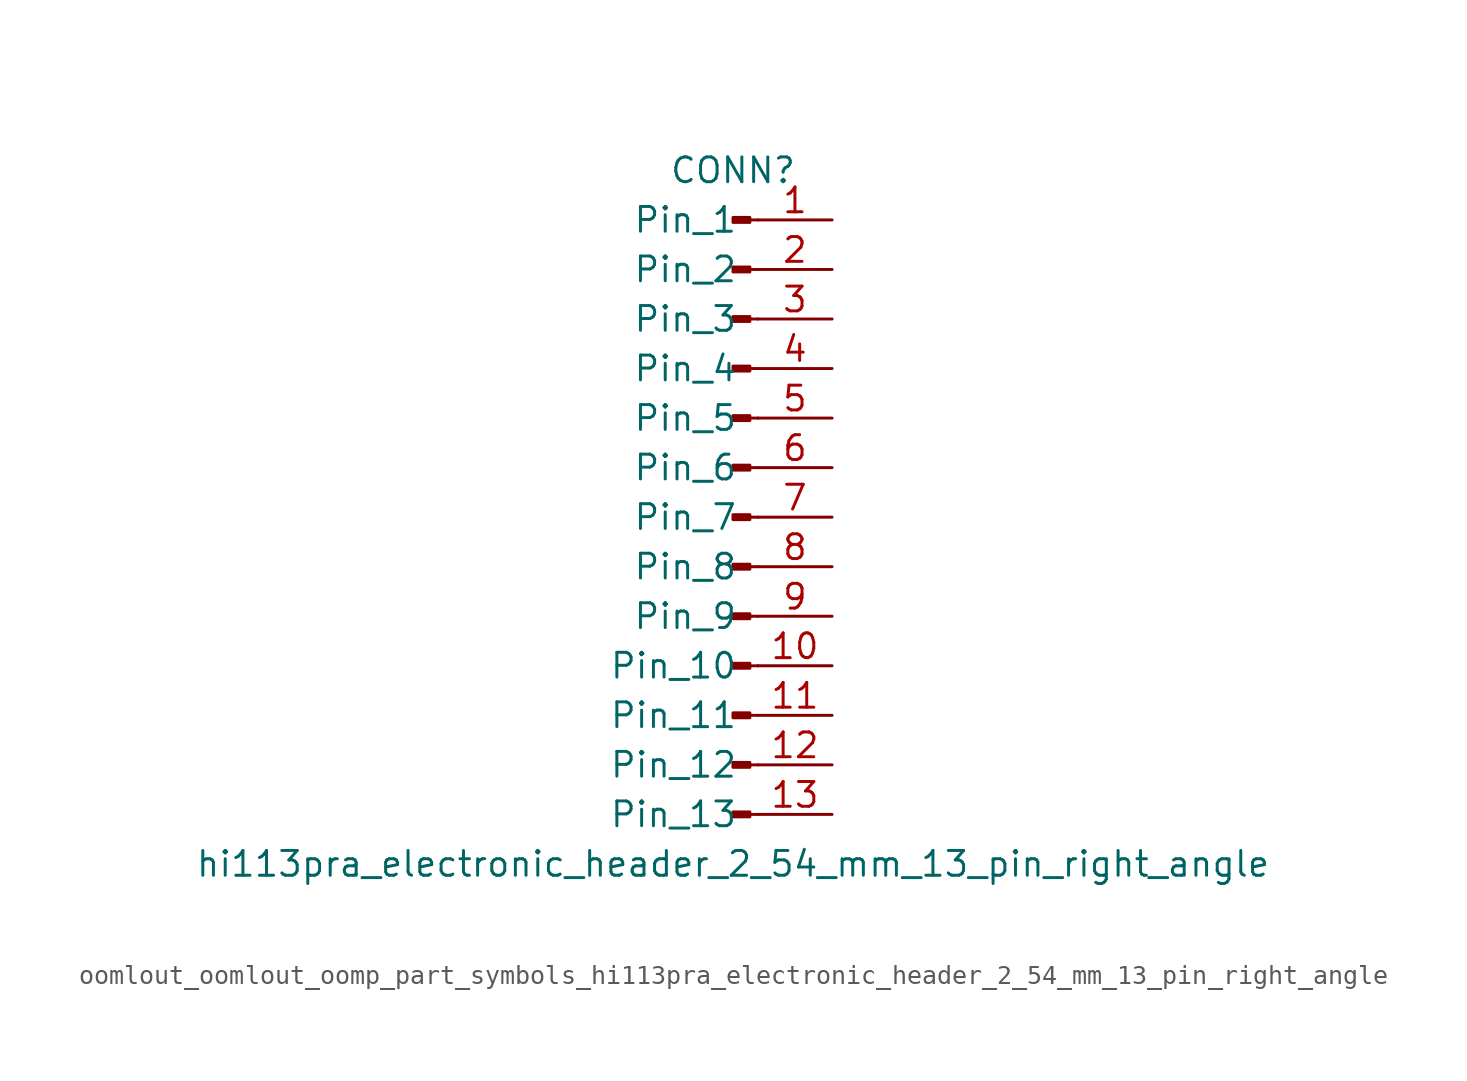
<source format=kicad_sym>
(kicad_symbol_lib
  (version 20220914)
  (generator kicad_symbol_editor)
  (symbol "oomlout_oomlout_oomp_part_symbols_hi113pra_electronic_header_2_54_mm_13_pin_right_angle"
    (pin_names
      (offset 1.016))
    (property "Reference" "CONN"
      (at 0 17.78 0)
      (effects (font (size 1.27 1.27))))
    (property "Value" "hi113pra_electronic_header_2_54_mm_13_pin_right_angle"
      (at 0 -17.78 0)
      (effects (font (size 1.27 1.27))))
    (property "ki_locked" ""
      (at 0 0 0)
      (effects (font (size 1.27 1.27))))
    (symbol "oomlout_oomlout_oomp_part_symbols_hi113pra_electronic_header_2_54_mm_13_pin_right_angle_1_1"
      (polyline (pts (xy 1.27 -15.24) (xy 0.864 -15.24)) (stroke (width 0.152) (type default)) (fill (type none)))
      (polyline (pts (xy 1.27 -12.7) (xy 0.864 -12.7)) (stroke (width 0.152) (type default)) (fill (type none)))
      (polyline (pts (xy 1.27 -10.16) (xy 0.864 -10.16)) (stroke (width 0.152) (type default)) (fill (type none)))
      (polyline (pts (xy 1.27 -7.62) (xy 0.864 -7.62)) (stroke (width 0.152) (type default)) (fill (type none)))
      (polyline (pts (xy 1.27 -5.08) (xy 0.864 -5.08)) (stroke (width 0.152) (type default)) (fill (type none)))
      (polyline (pts (xy 1.27 -2.54) (xy 0.864 -2.54)) (stroke (width 0.152) (type default)) (fill (type none)))
      (polyline (pts (xy 1.27 0) (xy 0.864 0)) (stroke (width 0.152) (type default)) (fill (type none)))
      (polyline (pts (xy 1.27 2.54) (xy 0.864 2.54)) (stroke (width 0.152) (type default)) (fill (type none)))
      (polyline (pts (xy 1.27 5.08) (xy 0.864 5.08)) (stroke (width 0.152) (type default)) (fill (type none)))
      (polyline (pts (xy 1.27 7.62) (xy 0.864 7.62)) (stroke (width 0.152) (type default)) (fill (type none)))
      (polyline (pts (xy 1.27 10.16) (xy 0.864 10.16)) (stroke (width 0.152) (type default)) (fill (type none)))
      (polyline (pts (xy 1.27 12.7) (xy 0.864 12.7)) (stroke (width 0.152) (type default)) (fill (type none)))
      (polyline (pts (xy 1.27 15.24) (xy 0.864 15.24)) (stroke (width 0.152) (type default)) (fill (type none)))
      (rectangle (start 0.864 -15.113) (end 0 -15.367) (stroke (width 0.152) (type default)) (fill (type outline)))
      (rectangle (start 0.864 -12.573) (end 0 -12.827) (stroke (width 0.152) (type default)) (fill (type outline)))
      (rectangle (start 0.864 -10.033) (end 0 -10.287) (stroke (width 0.152) (type default)) (fill (type outline)))
      (rectangle (start 0.864 -7.493) (end 0 -7.747) (stroke (width 0.152) (type default)) (fill (type outline)))
      (rectangle (start 0.864 -4.953) (end 0 -5.207) (stroke (width 0.152) (type default)) (fill (type outline)))
      (rectangle (start 0.864 -2.413) (end 0 -2.667) (stroke (width 0.152) (type default)) (fill (type outline)))
      (rectangle (start 0.864 0.127) (end 0 -0.127) (stroke (width 0.152) (type default)) (fill (type outline)))
      (rectangle (start 0.864 2.667) (end 0 2.413) (stroke (width 0.152) (type default)) (fill (type outline)))
      (rectangle (start 0.864 5.207) (end 0 4.953) (stroke (width 0.152) (type default)) (fill (type outline)))
      (rectangle (start 0.864 7.747) (end 0 7.493) (stroke (width 0.152) (type default)) (fill (type outline)))
      (rectangle (start 0.864 10.287) (end 0 10.033) (stroke (width 0.152) (type default)) (fill (type outline)))
      (rectangle (start 0.864 12.827) (end 0 12.573) (stroke (width 0.152) (type default)) (fill (type outline)))
      (rectangle (start 0.864 15.367) (end 0 15.113) (stroke (width 0.152) (type default)) (fill (type outline)))
      (pin passive line (at 5.08 15.24 180) (length 3.81) (name "Pin_1" (effects (font (size 1.27 1.27)))) (number "1" (effects (font (size 1.27 1.27)))))
      (pin passive line (at 5.08 -7.62 180) (length 3.81) (name "Pin_10" (effects (font (size 1.27 1.27)))) (number "10" (effects (font (size 1.27 1.27)))))
      (pin passive line (at 5.08 -10.16 180) (length 3.81) (name "Pin_11" (effects (font (size 1.27 1.27)))) (number "11" (effects (font (size 1.27 1.27)))))
      (pin passive line (at 5.08 -12.7 180) (length 3.81) (name "Pin_12" (effects (font (size 1.27 1.27)))) (number "12" (effects (font (size 1.27 1.27)))))
      (pin passive line (at 5.08 -15.24 180) (length 3.81) (name "Pin_13" (effects (font (size 1.27 1.27)))) (number "13" (effects (font (size 1.27 1.27)))))
      (pin passive line (at 5.08 12.7 180) (length 3.81) (name "Pin_2" (effects (font (size 1.27 1.27)))) (number "2" (effects (font (size 1.27 1.27)))))
      (pin passive line (at 5.08 10.16 180) (length 3.81) (name "Pin_3" (effects (font (size 1.27 1.27)))) (number "3" (effects (font (size 1.27 1.27)))))
      (pin passive line (at 5.08 7.62 180) (length 3.81) (name "Pin_4" (effects (font (size 1.27 1.27)))) (number "4" (effects (font (size 1.27 1.27)))))
      (pin passive line (at 5.08 5.08 180) (length 3.81) (name "Pin_5" (effects (font (size 1.27 1.27)))) (number "5" (effects (font (size 1.27 1.27)))))
      (pin passive line (at 5.08 2.54 180) (length 3.81) (name "Pin_6" (effects (font (size 1.27 1.27)))) (number "6" (effects (font (size 1.27 1.27)))))
      (pin passive line (at 5.08 0 180) (length 3.81) (name "Pin_7" (effects (font (size 1.27 1.27)))) (number "7" (effects (font (size 1.27 1.27)))))
      (pin passive line (at 5.08 -2.54 180) (length 3.81) (name "Pin_8" (effects (font (size 1.27 1.27)))) (number "8" (effects (font (size 1.27 1.27)))))
      (pin passive line (at 5.08 -5.08 180) (length 3.81) (name "Pin_9" (effects (font (size 1.27 1.27)))) (number "9" (effects (font (size 1.27 1.27))))))))
</source>
